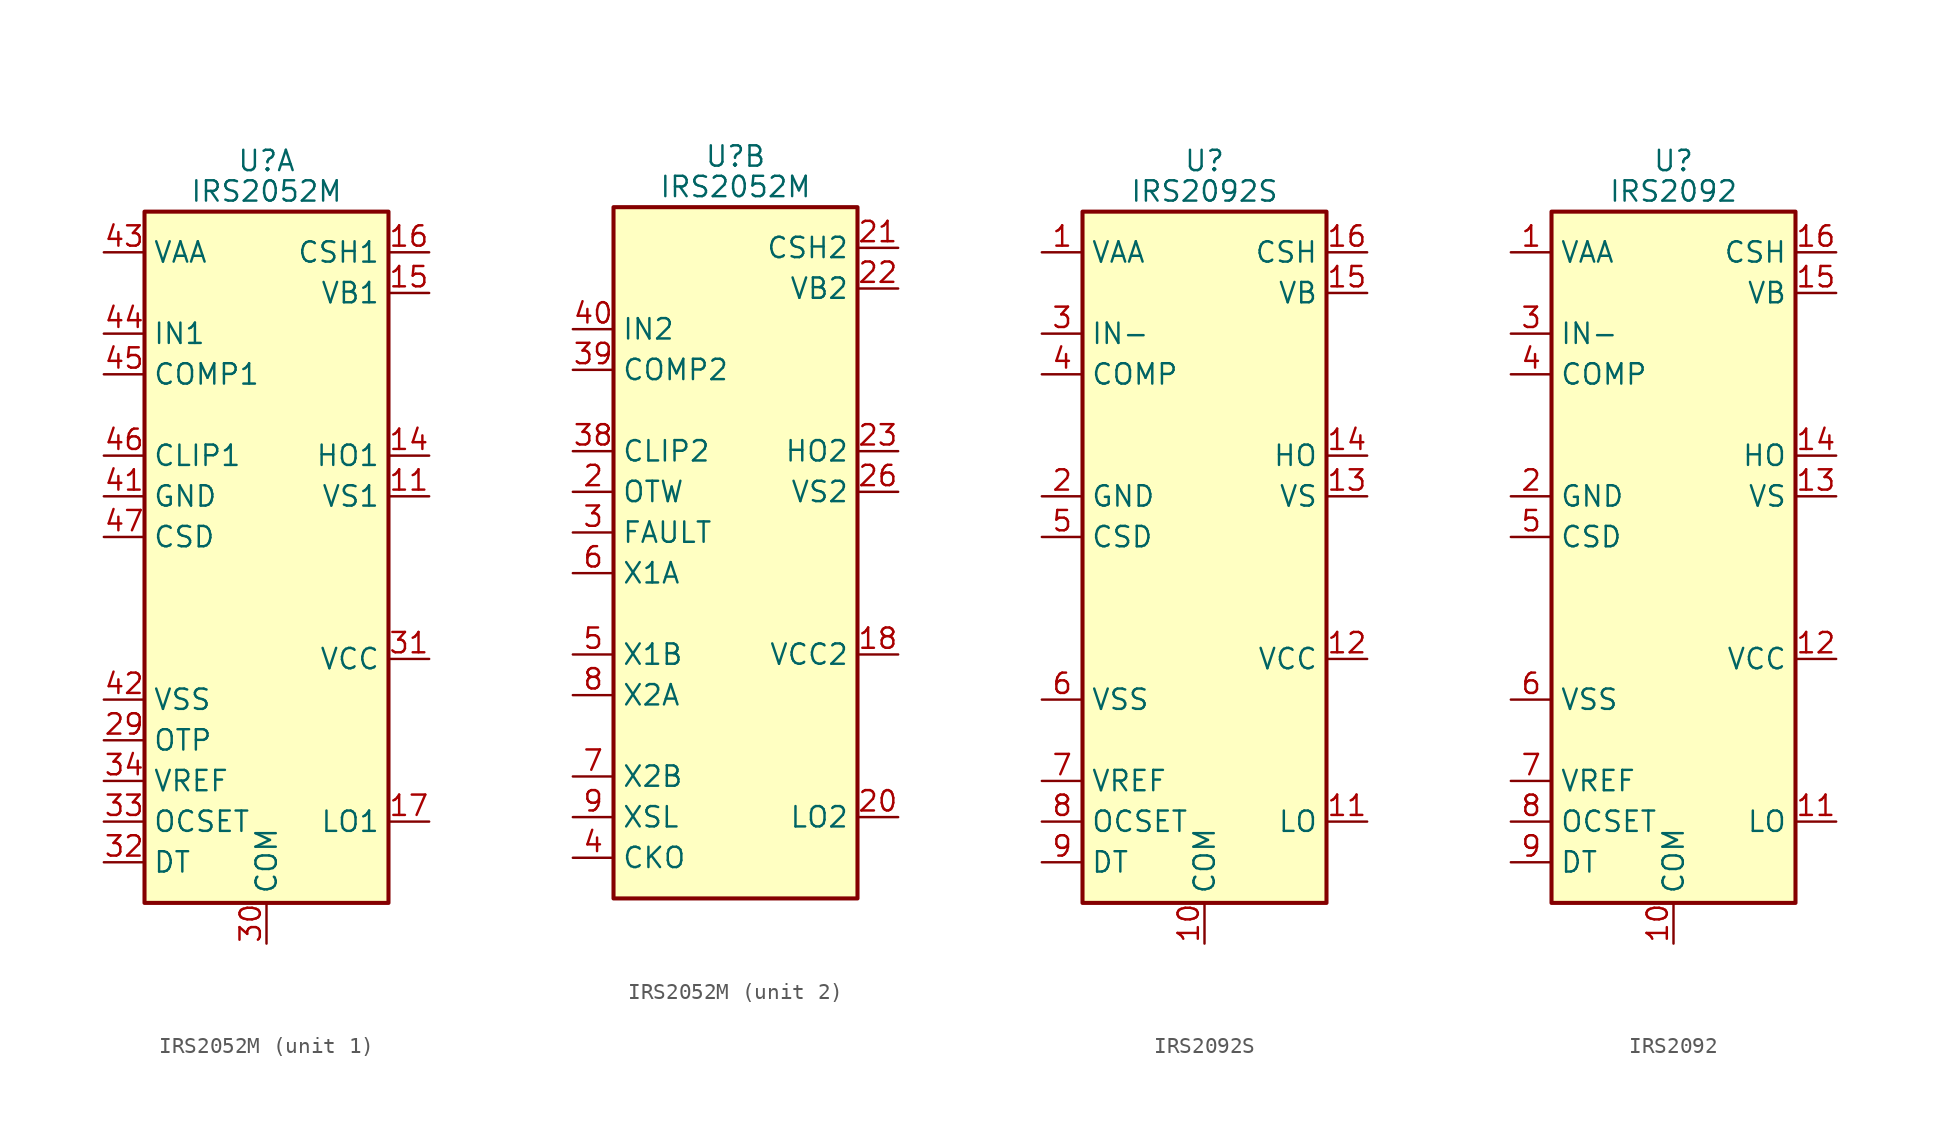
<source format=kicad_sym>
(kicad_symbol_lib
  (version 20200908)
  (generator kicad_symbol_editor)
  (symbol "Amplifier_Audio:IRS2052M"
    (property "Reference" "U"
      (at 0 26.035 0)
      (effects (font (size 1.27 1.27))))
    (property "Value" "IRS2052M"
      (at 0 24.13 0)
      (effects (font (size 1.27 1.27))))
    (property "ki_locked" ""
      (at 0 0 0)
      (effects (font (size 1.27 1.27))))
    (symbol "IRS2052M_0_1"
      (rectangle (start -7.62 -20.32) (end 7.62 22.86) (stroke (width 0.254)) (fill (type background))))
    (symbol "IRS2052M_1_1"
      (pin unconnected line (at -7.62 17.78 0) (length 2.54) hide (name "NC" (effects (font (size 1.27 1.27)))) (number "1" (effects (font (size 1.27 1.27)))))
      (pin unconnected line (at -7.62 10.16 0) (length 2.54) hide (name "NC" (effects (font (size 1.27 1.27)))) (number "10" (effects (font (size 1.27 1.27)))))
      (pin passive line (at 10.16 5.08 180) (length 2.54) (name "VS1" (effects (font (size 1.27 1.27)))) (number "11" (effects (font (size 1.27 1.27)))))
      (pin unconnected line (at -7.62 0 0) (length 2.54) hide (name "NC" (effects (font (size 1.27 1.27)))) (number "12" (effects (font (size 1.27 1.27)))))
      (pin unconnected line (at -7.62 -2.54 0) (length 2.54) hide (name "NC" (effects (font (size 1.27 1.27)))) (number "13" (effects (font (size 1.27 1.27)))))
      (pin output line (at 10.16 7.62 180) (length 2.54) (name "HO1" (effects (font (size 1.27 1.27)))) (number "14" (effects (font (size 1.27 1.27)))))
      (pin power_in line (at 10.16 17.78 180) (length 2.54) (name "VB1" (effects (font (size 1.27 1.27)))) (number "15" (effects (font (size 1.27 1.27)))))
      (pin passive line (at 10.16 20.32 180) (length 2.54) (name "CSH1" (effects (font (size 1.27 1.27)))) (number "16" (effects (font (size 1.27 1.27)))))
      (pin output line (at 10.16 -15.24 180) (length 2.54) (name "LO1" (effects (font (size 1.27 1.27)))) (number "17" (effects (font (size 1.27 1.27)))))
      (pin passive line (at 0 -22.86 90) (length 2.54) hide (name "COM" (effects (font (size 1.27 1.27)))) (number "19" (effects (font (size 1.27 1.27)))))
      (pin unconnected line (at -7.62 -5.08 0) (length 2.54) hide (name "NC" (effects (font (size 1.27 1.27)))) (number "24" (effects (font (size 1.27 1.27)))))
      (pin unconnected line (at 7.62 15.24 180) (length 2.54) hide (name "NC" (effects (font (size 1.27 1.27)))) (number "25" (effects (font (size 1.27 1.27)))))
      (pin unconnected line (at 7.62 12.7 180) (length 2.54) hide (name "NC" (effects (font (size 1.27 1.27)))) (number "27" (effects (font (size 1.27 1.27)))))
      (pin unconnected line (at 7.62 10.16 180) (length 2.54) hide (name "NC" (effects (font (size 1.27 1.27)))) (number "28" (effects (font (size 1.27 1.27)))))
      (pin passive line (at -10.16 -10.16 0) (length 2.54) (name "OTP" (effects (font (size 1.27 1.27)))) (number "29" (effects (font (size 1.27 1.27)))))
      (pin power_in line (at 0 -22.86 90) (length 2.54) (name "COM" (effects (font (size 1.27 1.27)))) (number "30" (effects (font (size 1.27 1.27)))))
      (pin power_in line (at 10.16 -5.08 180) (length 2.54) (name "VCC" (effects (font (size 1.27 1.27)))) (number "31" (effects (font (size 1.27 1.27)))))
      (pin passive line (at -10.16 -17.78 0) (length 2.54) (name "DT" (effects (font (size 1.27 1.27)))) (number "32" (effects (font (size 1.27 1.27)))))
      (pin passive line (at -10.16 -15.24 0) (length 2.54) (name "OCSET" (effects (font (size 1.27 1.27)))) (number "33" (effects (font (size 1.27 1.27)))))
      (pin power_out line (at -10.16 -12.7 0) (length 2.54) (name "VREF" (effects (font (size 1.27 1.27)))) (number "34" (effects (font (size 1.27 1.27)))))
      (pin unconnected line (at 7.62 2.54 180) (length 2.54) hide (name "NC" (effects (font (size 1.27 1.27)))) (number "35" (effects (font (size 1.27 1.27)))))
      (pin unconnected line (at 7.62 0 180) (length 2.54) hide (name "NC" (effects (font (size 1.27 1.27)))) (number "36" (effects (font (size 1.27 1.27)))))
      (pin unconnected line (at 7.62 -2.54 180) (length 2.54) hide (name "NC" (effects (font (size 1.27 1.27)))) (number "37" (effects (font (size 1.27 1.27)))))
      (pin power_in line (at -10.16 5.08 0) (length 2.54) (name "GND" (effects (font (size 1.27 1.27)))) (number "41" (effects (font (size 1.27 1.27)))))
      (pin power_in line (at -10.16 -7.62 0) (length 2.54) (name "VSS" (effects (font (size 1.27 1.27)))) (number "42" (effects (font (size 1.27 1.27)))))
      (pin power_in line (at -10.16 20.32 0) (length 2.54) (name "VAA" (effects (font (size 1.27 1.27)))) (number "43" (effects (font (size 1.27 1.27)))))
      (pin input line (at -10.16 15.24 0) (length 2.54) (name "IN1" (effects (font (size 1.27 1.27)))) (number "44" (effects (font (size 1.27 1.27)))))
      (pin output line (at -10.16 12.7 0) (length 2.54) (name "COMP1" (effects (font (size 1.27 1.27)))) (number "45" (effects (font (size 1.27 1.27)))))
      (pin open_collector line (at -10.16 7.62 0) (length 2.54) (name "CLIP1" (effects (font (size 1.27 1.27)))) (number "46" (effects (font (size 1.27 1.27)))))
      (pin passive line (at -10.16 2.54 0) (length 2.54) (name "CSD" (effects (font (size 1.27 1.27)))) (number "47" (effects (font (size 1.27 1.27)))))
      (pin unconnected line (at 7.62 -7.62 180) (length 2.54) hide (name "NC" (effects (font (size 1.27 1.27)))) (number "48" (effects (font (size 1.27 1.27)))))
      (pin passive line (at 0 -22.86 90) (length 2.54) hide (name "COM" (effects (font (size 1.27 1.27)))) (number "49" (effects (font (size 1.27 1.27))))))
    (symbol "IRS2052M_2_1"
      (pin power_in line (at 10.16 -5.08 180) (length 2.54) (name "VCC2" (effects (font (size 1.27 1.27)))) (number "18" (effects (font (size 1.27 1.27)))))
      (pin open_collector line (at -10.16 5.08 0) (length 2.54) (name "OTW" (effects (font (size 1.27 1.27)))) (number "2" (effects (font (size 1.27 1.27)))))
      (pin output line (at 10.16 -15.24 180) (length 2.54) (name "LO2" (effects (font (size 1.27 1.27)))) (number "20" (effects (font (size 1.27 1.27)))))
      (pin passive line (at 10.16 20.32 180) (length 2.54) (name "CSH2" (effects (font (size 1.27 1.27)))) (number "21" (effects (font (size 1.27 1.27)))))
      (pin power_in line (at 10.16 17.78 180) (length 2.54) (name "VB2" (effects (font (size 1.27 1.27)))) (number "22" (effects (font (size 1.27 1.27)))))
      (pin output line (at 10.16 7.62 180) (length 2.54) (name "HO2" (effects (font (size 1.27 1.27)))) (number "23" (effects (font (size 1.27 1.27)))))
      (pin passive line (at 10.16 5.08 180) (length 2.54) (name "VS2" (effects (font (size 1.27 1.27)))) (number "26" (effects (font (size 1.27 1.27)))))
      (pin open_collector line (at -10.16 2.54 0) (length 2.54) (name "FAULT" (effects (font (size 1.27 1.27)))) (number "3" (effects (font (size 1.27 1.27)))))
      (pin open_collector line (at -10.16 7.62 0) (length 2.54) (name "CLIP2" (effects (font (size 1.27 1.27)))) (number "38" (effects (font (size 1.27 1.27)))))
      (pin output line (at -10.16 12.7 0) (length 2.54) (name "COMP2" (effects (font (size 1.27 1.27)))) (number "39" (effects (font (size 1.27 1.27)))))
      (pin output line (at -10.16 -17.78 0) (length 2.54) (name "CKO" (effects (font (size 1.27 1.27)))) (number "4" (effects (font (size 1.27 1.27)))))
      (pin input line (at -10.16 15.24 0) (length 2.54) (name "IN2" (effects (font (size 1.27 1.27)))) (number "40" (effects (font (size 1.27 1.27)))))
      (pin output line (at -10.16 -5.08 0) (length 2.54) (name "X1B" (effects (font (size 1.27 1.27)))) (number "5" (effects (font (size 1.27 1.27)))))
      (pin input line (at -10.16 0 0) (length 2.54) (name "X1A" (effects (font (size 1.27 1.27)))) (number "6" (effects (font (size 1.27 1.27)))))
      (pin output line (at -10.16 -12.7 0) (length 2.54) (name "X2B" (effects (font (size 1.27 1.27)))) (number "7" (effects (font (size 1.27 1.27)))))
      (pin input line (at -10.16 -7.62 0) (length 2.54) (name "X2A" (effects (font (size 1.27 1.27)))) (number "8" (effects (font (size 1.27 1.27)))))
      (pin input line (at -10.16 -15.24 0) (length 2.54) (name "XSL" (effects (font (size 1.27 1.27)))) (number "9" (effects (font (size 1.27 1.27)))))))
  (symbol "Amplifier_Audio:IRS2092S"
    (property "Reference" "U"
      (at 0 26.035 0)
      (effects (font (size 1.27 1.27))))
    (property "Value" "IRS2092S"
      (at 0 24.13 0)
      (effects (font (size 1.27 1.27))))
    (symbol "IRS2092S_0_1"
      (rectangle (start -7.62 -20.32) (end 7.62 22.86) (stroke (width 0.254)) (fill (type background))))
    (symbol "IRS2092S_1_1"
      (pin power_in line (at -10.16 20.32 0) (length 2.54) (name "VAA" (effects (font (size 1.27 1.27)))) (number "1" (effects (font (size 1.27 1.27)))))
      (pin power_in line (at 0 -22.86 90) (length 2.54) (name "COM" (effects (font (size 1.27 1.27)))) (number "10" (effects (font (size 1.27 1.27)))))
      (pin output line (at 10.16 -15.24 180) (length 2.54) (name "LO" (effects (font (size 1.27 1.27)))) (number "11" (effects (font (size 1.27 1.27)))))
      (pin power_in line (at 10.16 -5.08 180) (length 2.54) (name "VCC" (effects (font (size 1.27 1.27)))) (number "12" (effects (font (size 1.27 1.27)))))
      (pin passive line (at 10.16 5.08 180) (length 2.54) (name "VS" (effects (font (size 1.27 1.27)))) (number "13" (effects (font (size 1.27 1.27)))))
      (pin output line (at 10.16 7.62 180) (length 2.54) (name "HO" (effects (font (size 1.27 1.27)))) (number "14" (effects (font (size 1.27 1.27)))))
      (pin power_in line (at 10.16 17.78 180) (length 2.54) (name "VB" (effects (font (size 1.27 1.27)))) (number "15" (effects (font (size 1.27 1.27)))))
      (pin passive line (at 10.16 20.32 180) (length 2.54) (name "CSH" (effects (font (size 1.27 1.27)))) (number "16" (effects (font (size 1.27 1.27)))))
      (pin power_in line (at -10.16 5.08 0) (length 2.54) (name "GND" (effects (font (size 1.27 1.27)))) (number "2" (effects (font (size 1.27 1.27)))))
      (pin input line (at -10.16 15.24 0) (length 2.54) (name "IN-" (effects (font (size 1.27 1.27)))) (number "3" (effects (font (size 1.27 1.27)))))
      (pin output line (at -10.16 12.7 0) (length 2.54) (name "COMP" (effects (font (size 1.27 1.27)))) (number "4" (effects (font (size 1.27 1.27)))))
      (pin passive line (at -10.16 2.54 0) (length 2.54) (name "CSD" (effects (font (size 1.27 1.27)))) (number "5" (effects (font (size 1.27 1.27)))))
      (pin power_in line (at -10.16 -7.62 0) (length 2.54) (name "VSS" (effects (font (size 1.27 1.27)))) (number "6" (effects (font (size 1.27 1.27)))))
      (pin power_out line (at -10.16 -12.7 0) (length 2.54) (name "VREF" (effects (font (size 1.27 1.27)))) (number "7" (effects (font (size 1.27 1.27)))))
      (pin passive line (at -10.16 -15.24 0) (length 2.54) (name "OCSET" (effects (font (size 1.27 1.27)))) (number "8" (effects (font (size 1.27 1.27)))))
      (pin passive line (at -10.16 -17.78 0) (length 2.54) (name "DT" (effects (font (size 1.27 1.27)))) (number "9" (effects (font (size 1.27 1.27)))))))
  (symbol "Amplifier_Audio:IRS2092"
    (property "Reference" "U"
      (at 0 26.035 0)
      (effects (font (size 1.27 1.27))))
    (property "Value" "IRS2092"
      (at 0 24.13 0)
      (effects (font (size 1.27 1.27))))
    (symbol "IRS2092_0_1"
      (rectangle (start -7.62 -20.32) (end 7.62 22.86) (stroke (width 0.254)) (fill (type background))))
    (symbol "IRS2092_1_1"
      (pin power_in line (at -10.16 20.32 0) (length 2.54) (name "VAA" (effects (font (size 1.27 1.27)))) (number "1" (effects (font (size 1.27 1.27)))))
      (pin power_in line (at 0 -22.86 90) (length 2.54) (name "COM" (effects (font (size 1.27 1.27)))) (number "10" (effects (font (size 1.27 1.27)))))
      (pin output line (at 10.16 -15.24 180) (length 2.54) (name "LO" (effects (font (size 1.27 1.27)))) (number "11" (effects (font (size 1.27 1.27)))))
      (pin power_in line (at 10.16 -5.08 180) (length 2.54) (name "VCC" (effects (font (size 1.27 1.27)))) (number "12" (effects (font (size 1.27 1.27)))))
      (pin passive line (at 10.16 5.08 180) (length 2.54) (name "VS" (effects (font (size 1.27 1.27)))) (number "13" (effects (font (size 1.27 1.27)))))
      (pin output line (at 10.16 7.62 180) (length 2.54) (name "HO" (effects (font (size 1.27 1.27)))) (number "14" (effects (font (size 1.27 1.27)))))
      (pin power_in line (at 10.16 17.78 180) (length 2.54) (name "VB" (effects (font (size 1.27 1.27)))) (number "15" (effects (font (size 1.27 1.27)))))
      (pin passive line (at 10.16 20.32 180) (length 2.54) (name "CSH" (effects (font (size 1.27 1.27)))) (number "16" (effects (font (size 1.27 1.27)))))
      (pin power_in line (at -10.16 5.08 0) (length 2.54) (name "GND" (effects (font (size 1.27 1.27)))) (number "2" (effects (font (size 1.27 1.27)))))
      (pin input line (at -10.16 15.24 0) (length 2.54) (name "IN-" (effects (font (size 1.27 1.27)))) (number "3" (effects (font (size 1.27 1.27)))))
      (pin output line (at -10.16 12.7 0) (length 2.54) (name "COMP" (effects (font (size 1.27 1.27)))) (number "4" (effects (font (size 1.27 1.27)))))
      (pin passive line (at -10.16 2.54 0) (length 2.54) (name "CSD" (effects (font (size 1.27 1.27)))) (number "5" (effects (font (size 1.27 1.27)))))
      (pin power_in line (at -10.16 -7.62 0) (length 2.54) (name "VSS" (effects (font (size 1.27 1.27)))) (number "6" (effects (font (size 1.27 1.27)))))
      (pin power_out line (at -10.16 -12.7 0) (length 2.54) (name "VREF" (effects (font (size 1.27 1.27)))) (number "7" (effects (font (size 1.27 1.27)))))
      (pin passive line (at -10.16 -15.24 0) (length 2.54) (name "OCSET" (effects (font (size 1.27 1.27)))) (number "8" (effects (font (size 1.27 1.27)))))
      (pin passive line (at -10.16 -17.78 0) (length 2.54) (name "DT" (effects (font (size 1.27 1.27)))) (number "9" (effects (font (size 1.27 1.27))))))))
</source>
